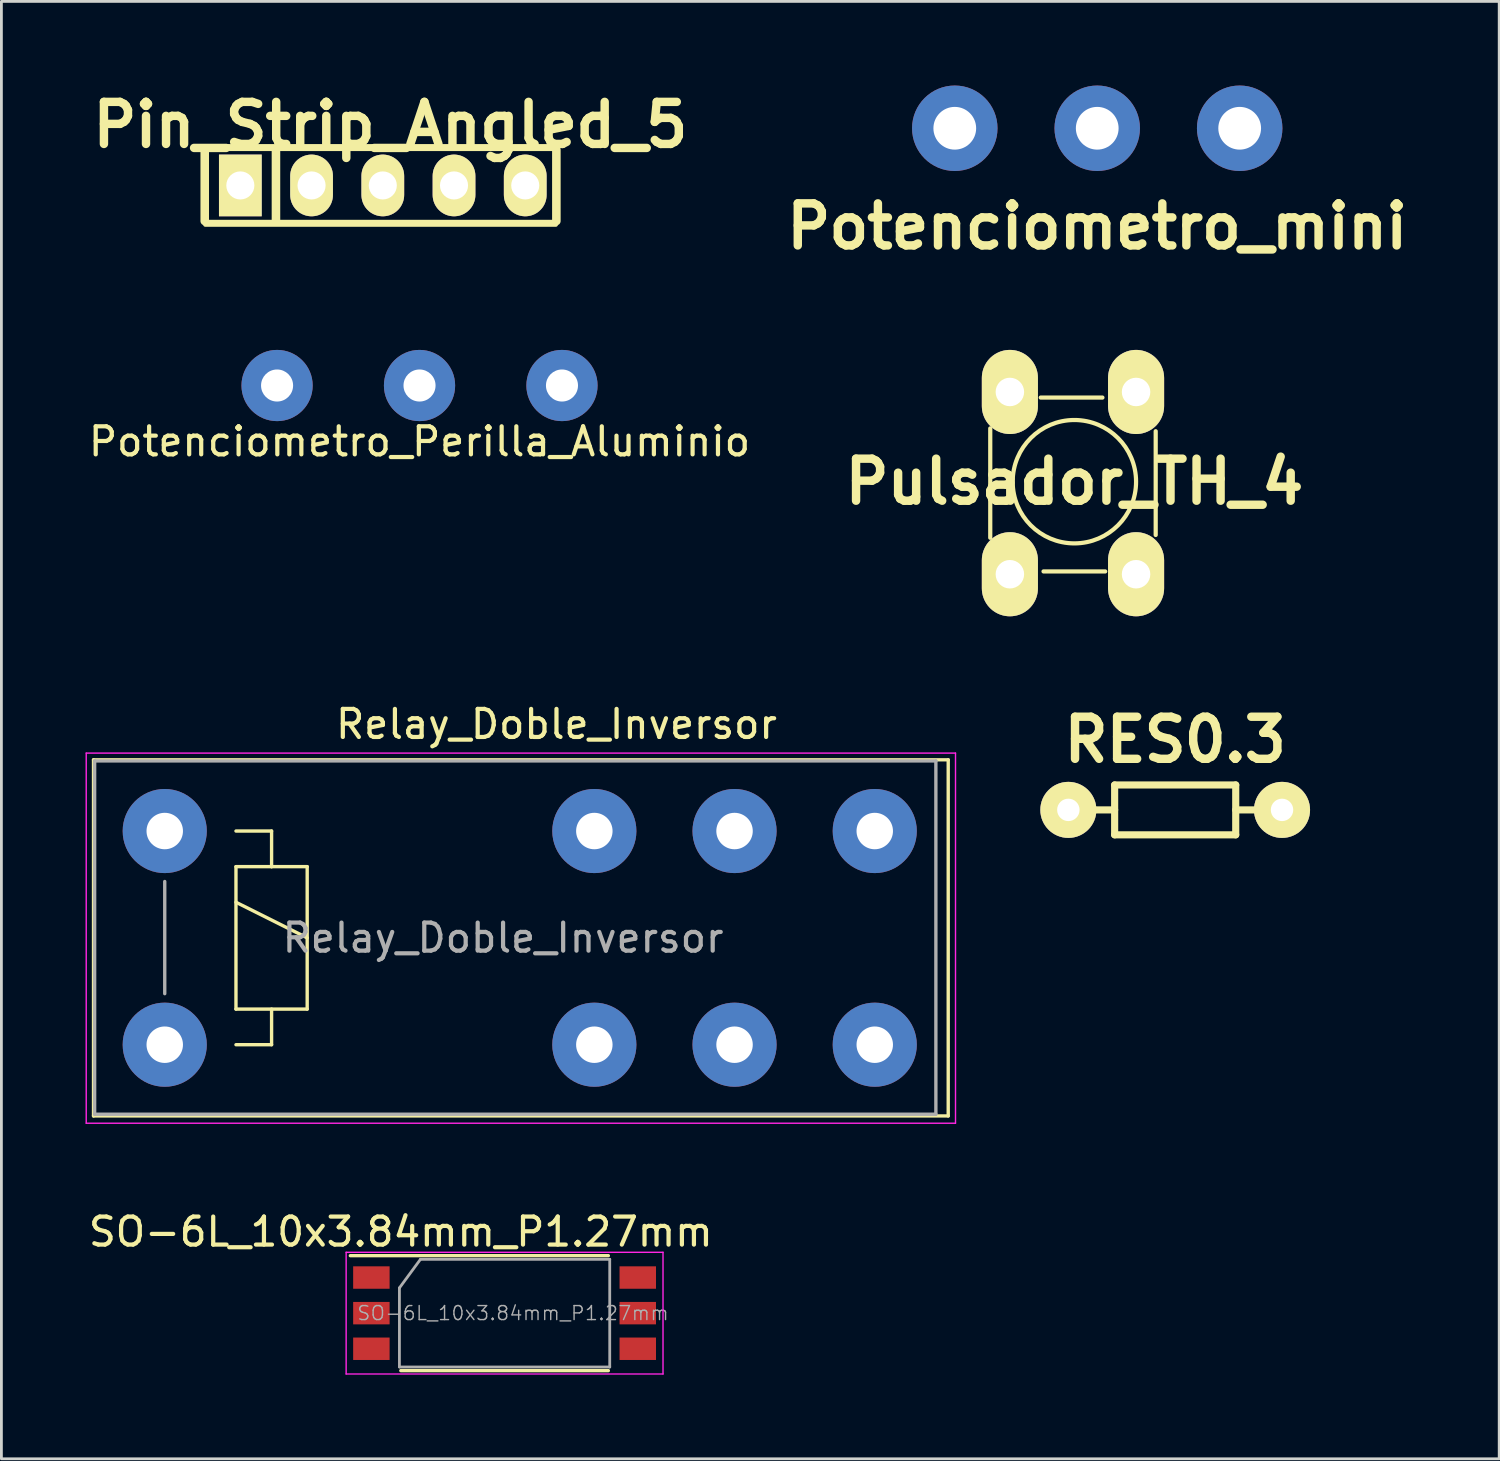
<source format=kicad_pcb>
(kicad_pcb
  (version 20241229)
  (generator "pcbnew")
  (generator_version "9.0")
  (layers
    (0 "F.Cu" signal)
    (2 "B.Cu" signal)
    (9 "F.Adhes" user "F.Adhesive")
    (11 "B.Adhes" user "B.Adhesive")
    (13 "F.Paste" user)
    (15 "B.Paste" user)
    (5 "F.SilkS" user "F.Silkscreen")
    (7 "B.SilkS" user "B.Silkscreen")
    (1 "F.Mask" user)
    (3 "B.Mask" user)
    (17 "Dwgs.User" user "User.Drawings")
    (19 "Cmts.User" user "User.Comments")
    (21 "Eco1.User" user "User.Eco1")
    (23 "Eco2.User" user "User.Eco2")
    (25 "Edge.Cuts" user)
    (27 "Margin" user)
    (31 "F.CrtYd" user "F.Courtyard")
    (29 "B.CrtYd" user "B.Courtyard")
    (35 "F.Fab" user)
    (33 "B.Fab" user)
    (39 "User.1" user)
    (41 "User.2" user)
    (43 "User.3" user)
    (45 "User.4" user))
  (footprint "Potenciometro_mini"
    (layer "F.Cu")
    (at 36.079 1.524)
    (property "Reference" "Potenciometro_mini" (at 0 3.5 0) (layer "F.SilkS") (effects (font (size 1.5 1.5) (thickness 0.3))))
    (attr through_hole)
    (pad "1" thru_hole circle (at -5.08 0) (size 3.048 3.048) (drill 1.524) (layers "*.Cu" "*.Mask"))
    (pad "2" thru_hole circle (at 0 0) (size 3.048 3.048) (drill 1.524) (layers "*.Cu" "*.Mask"))
    (pad "3" thru_hole circle (at 5.08 0) (size 3.048 3.048) (drill 1.524) (layers "*.Cu" "*.Mask")))
  (footprint "Relay_Doble_Inversor"
    (layer "F.Cu")
    (at 2.825 26.586)
    (property "Reference" "Relay_Doble_Inversor" (at 13.97 -3.81 0) (layer "F.SilkS") (effects (font (size 1 1) (thickness 0.15))))
    (attr through_hole)
    (fp_line (start -2.54 -2.54) (end 27.94 -2.54) (stroke (width 0.12) (type solid)) (layer "F.SilkS"))
    (fp_line (start -2.54 10.16) (end -2.54 -2.54) (stroke (width 0.12) (type solid)) (layer "F.SilkS"))
    (fp_line (start 2.54 0) (end 3.81 0) (stroke (width 0.12) (type solid)) (layer "F.SilkS"))
    (fp_line (start 2.54 1.27) (end 3.81 1.27) (stroke (width 0.12) (type solid)) (layer "F.SilkS"))
    (fp_line (start 2.54 2.54) (end 5.08 3.81) (stroke (width 0.12) (type solid)) (layer "F.SilkS"))
    (fp_line (start 2.54 6.35) (end 2.54 1.27) (stroke (width 0.12) (type solid)) (layer "F.SilkS"))
    (fp_line (start 3.81 0) (end 3.81 1.27) (stroke (width 0.12) (type solid)) (layer "F.SilkS"))
    (fp_line (start 3.81 1.27) (end 5.08 1.27) (stroke (width 0.12) (type solid)) (layer "F.SilkS"))
    (fp_line (start 3.81 6.35) (end 3.81 7.62) (stroke (width 0.12) (type solid)) (layer "F.SilkS"))
    (fp_line (start 3.81 7.62) (end 2.54 7.62) (stroke (width 0.12) (type solid)) (layer "F.SilkS"))
    (fp_line (start 5.08 1.27) (end 5.08 6.35) (stroke (width 0.12) (type solid)) (layer "F.SilkS"))
    (fp_line (start 5.08 6.35) (end 2.54 6.35) (stroke (width 0.12) (type solid)) (layer "F.SilkS"))
    (fp_line (start 27.94 -2.54) (end 27.94 10.16) (stroke (width 0.12) (type solid)) (layer "F.SilkS"))
    (fp_line (start 27.94 10.16) (end -2.54 10.16) (stroke (width 0.12) (type solid)) (layer "F.SilkS"))
    (fp_line (start -2.8 -2.78) (end 28.2 -2.78) (stroke (width 0.05) (type solid)) (layer "F.CrtYd"))
    (fp_line (start -2.8 10.42) (end -2.8 -2.78) (stroke (width 0.05) (type solid)) (layer "F.CrtYd"))
    (fp_line (start 28.2 -2.78) (end 28.2 10.42) (stroke (width 0.05) (type solid)) (layer "F.CrtYd"))
    (fp_line (start 28.2 10.42) (end -2.8 10.42) (stroke (width 0.05) (type solid)) (layer "F.CrtYd"))
    (fp_line (start -2.5 -2.5) (end 27.5 -2.5) (stroke (width 0.12) (type solid)) (layer "F.Fab"))
    (fp_line (start -2.5 10.1) (end -2.5 -2.5) (stroke (width 0.12) (type solid)) (layer "F.Fab"))
    (fp_line (start 0 1.8) (end 0 5.8) (stroke (width 0.12) (type solid)) (layer "F.Fab"))
    (fp_line (start 27.5 -2.5) (end 27.5 10.1) (stroke (width 0.12) (type solid)) (layer "F.Fab"))
    (fp_line (start 27.5 10.1) (end -2.5 10.1) (stroke (width 0.12) (type solid)) (layer "F.Fab"))
    (fp_text user "${REFERENCE}" (at 12.065 3.81 0) (layer "F.Fab") (effects (font (size 1 1) (thickness 0.15))))
    (pad "11" thru_hole circle (at 20.32 0) (size 3 3) (drill 1.3) (layers "*.Cu" "*.Mask"))
    (pad "12" thru_hole circle (at 15.32 0) (size 3 3) (drill 1.3) (layers "*.Cu" "*.Mask"))
    (pad "14" thru_hole circle (at 25.32 0) (size 3 3) (drill 1.3) (layers "*.Cu" "*.Mask"))
    (pad "21" thru_hole circle (at 20.32 7.62) (size 3 3) (drill 1.3) (layers "*.Cu" "*.Mask"))
    (pad "22" thru_hole circle (at 15.32 7.62) (size 3 3) (drill 1.3) (layers "*.Cu" "*.Mask"))
    (pad "24" thru_hole circle (at 25.32 7.62) (size 3 3) (drill 1.3) (layers "*.Cu" "*.Mask"))
    (pad "A1" thru_hole circle (at 0 0) (size 3 3) (drill 1.3) (layers "*.Cu" "*.Mask"))
    (pad "A2" thru_hole circle (at 0 7.62) (size 3 3) (drill 1.3) (layers "*.Cu" "*.Mask")))
  (footprint "Pulsador_TH_4"
    (layer "F.Cu")
    (at 35.214 14.178)
    (property "Reference" "Pulsador_TH_4" (at 0.05 -0.05 0) (layer "F.SilkS") (effects (font (size 1.5 1.5) (thickness 0.3))))
    (attr through_hole)
    (fp_line (start -2.95 -1.95) (end -2.95 1.95) (stroke (width 0.15) (type solid)) (layer "F.SilkS"))
    (fp_line (start -1.15 -3.05) (end 1.05 -3.05) (stroke (width 0.15) (type solid)) (layer "F.SilkS"))
    (fp_line (start -1.05 3.15) (end 1.15 3.15) (stroke (width 0.15) (type solid)) (layer "F.SilkS"))
    (fp_line (start 2.95 -1.85) (end 2.95 1.85) (stroke (width 0.15) (type solid)) (layer "F.SilkS"))
    (fp_circle (center 0.05 -0.05) (end 0.05 2.15) (stroke (width 0.15) (type solid)) (fill no) (layer "F.SilkS"))
    (pad "1" thru_hole oval (at 2.25 -3.25) (size 2 3) (drill 1.016) (layers "*.Cu" "*.Mask" "F.SilkS"))
    (pad "2" thru_hole oval (at 2.25 3.25) (size 2 3) (drill 1.016) (layers "*.Cu" "*.Mask" "F.SilkS"))
    (pad "3" thru_hole oval (at -2.25 -3.25) (size 2 3) (drill 1.016) (layers "*.Cu" "*.Mask" "F.SilkS"))
    (pad "4" thru_hole oval (at -2.25 3.25) (size 2 3) (drill 1.016) (layers "*.Cu" "*.Mask" "F.SilkS")))
  (footprint "RES0.3"
    (layer "F.Cu")
    (at 38.859 25.832)
    (property "Reference" "RES0.3" (at 0 -2.5 0) (layer "F.SilkS") (effects (font (size 1.5 1.5) (thickness 0.3))))
    (attr through_hole)
    (fp_line (start -2.159 -0.889) (end -2.159 0.889) (stroke (width 0.254) (type solid)) (layer "F.SilkS"))
    (fp_line (start -2.159 0) (end -3.81 0) (stroke (width 0.254) (type solid)) (layer "F.SilkS"))
    (fp_line (start -2.159 0.889) (end 2.159 0.889) (stroke (width 0.254) (type solid)) (layer "F.SilkS"))
    (fp_line (start 2.159 -0.889) (end -2.159 -0.889) (stroke (width 0.254) (type solid)) (layer "F.SilkS"))
    (fp_line (start 2.159 0) (end 3.81 0) (stroke (width 0.254) (type solid)) (layer "F.SilkS"))
    (fp_line (start 2.159 0.889) (end 2.159 -0.889) (stroke (width 0.254) (type solid)) (layer "F.SilkS"))
    (pad "1" thru_hole circle (at -3.81 0) (size 1.999 1.999) (drill 0.8) (layers "*.Cu" "*.Mask" "F.SilkS"))
    (pad "2" thru_hole circle (at 3.81 0) (size 1.999 1.999) (drill 0.8) (layers "*.Cu" "*.Mask" "F.SilkS")))
  (footprint "Pin_Strip_Angled_5"
    (layer "F.Cu")
    (at 10.601 3.563)
    (property "Reference" "Pin_Strip_Angled_5" (at 0.27 -2.159 0) (layer "F.SilkS") (effects (font (size 1.5 1.5) (thickness 0.3))))
    (attr through_hole)
    (fp_line (start -6.35 1.27) (end -6.35 -1.27) (stroke (width 0.305) (type solid)) (layer "F.SilkS"))
    (fp_line (start -6.33 -1.4) (end 6.17 -1.4) (stroke (width 0.15) (type solid)) (layer "F.SilkS"))
    (fp_line (start -3.81 -1.27) (end -3.81 1.27) (stroke (width 0.305) (type solid)) (layer "F.SilkS"))
    (fp_line (start 6.17 -1.3) (end -6.23 -1.3) (stroke (width 0.15) (type solid)) (layer "F.SilkS"))
    (fp_line (start 6.17 1.3) (end -6.33 1.3) (stroke (width 0.15) (type solid)) (layer "F.SilkS"))
    (fp_line (start 6.17 1.4) (end -6.33 1.4) (stroke (width 0.15) (type solid)) (layer "F.SilkS"))
    (fp_line (start 6.19 -1.27) (end 6.19 1.27) (stroke (width 0.305) (type solid)) (layer "F.SilkS"))
    (pad "1" thru_hole rect (at -5.08 0) (size 1.524 2.2) (drill 1.001) (layers "*.Cu" "*.Mask" "F.SilkS"))
    (pad "2" thru_hole oval (at -2.54 0) (size 1.524 2.2) (drill 1.001) (layers "*.Cu" "*.Mask" "F.SilkS"))
    (pad "3" thru_hole oval (at 0 0) (size 1.524 2.2) (drill 1.001) (layers "*.Cu" "*.Mask" "F.SilkS"))
    (pad "4" thru_hole oval (at 2.54 0) (size 1.524 2.2) (drill 1.001) (layers "*.Cu" "*.Mask" "F.SilkS"))
    (pad "5" thru_hole oval (at 5.08 0) (size 1.524 2.2) (drill 1.001) (layers "*.Cu" "*.Mask" "F.SilkS")))
  (footprint "SO-6L_10x3.84mm_P1.27mm"
    (layer "F.Cu")
    (at 14.944 43.779)
    (property "Reference" "SO-6L_10x3.84mm_P1.27mm" (at -3.7 -2.9 0) (layer "F.SilkS") (effects (font (size 1 1) (thickness 0.15))))
    (attr smd)
    (fp_line (start -5.5 -2.05) (end 3.7 -2.05) (stroke (width 0.12) (type solid)) (layer "F.SilkS"))
    (fp_line (start -3.7 2.05) (end 3.7 2.05) (stroke (width 0.12) (type solid)) (layer "F.SilkS"))
    (fp_line (start -5.65 -2.17) (end -5.65 2.17) (stroke (width 0.05) (type solid)) (layer "F.CrtYd"))
    (fp_line (start -5.65 2.17) (end 5.65 2.17) (stroke (width 0.05) (type solid)) (layer "F.CrtYd"))
    (fp_line (start 5.65 -2.17) (end -5.65 -2.17) (stroke (width 0.05) (type solid)) (layer "F.CrtYd"))
    (fp_line (start 5.65 2.17) (end 5.65 -2.17) (stroke (width 0.05) (type solid)) (layer "F.CrtYd"))
    (fp_line (start -3.75 -0.9) (end -3 -1.92) (stroke (width 0.1) (type solid)) (layer "F.Fab"))
    (fp_line (start -3.75 1.92) (end -3.75 -0.9) (stroke (width 0.1) (type solid)) (layer "F.Fab"))
    (fp_line (start -3.75 1.92) (end 3.75 1.92) (stroke (width 0.1) (type solid)) (layer "F.Fab"))
    (fp_line (start -3 -1.92) (end 3.75 -1.92) (stroke (width 0.1) (type solid)) (layer "F.Fab"))
    (fp_line (start 3.75 1.92) (end 3.75 -1.92) (stroke (width 0.1) (type solid)) (layer "F.Fab"))
    (fp_text user "${REFERENCE}" (at 0.3 0 180) (layer "F.Fab") (effects (font (size 0.5 0.5) (thickness 0.05))))
    (pad "1" smd rect (at -4.75 -1.27 90) (size 0.8 1.3) (layers "F.Cu" "F.Mask" "F.Paste"))
    (pad "2" smd rect (at -4.75 0 90) (size 0.8 1.3) (layers "F.Cu" "F.Mask" "F.Paste"))
    (pad "3" smd rect (at -4.75 1.27 90) (size 0.8 1.3) (layers "F.Cu" "F.Mask" "F.Paste"))
    (pad "4" smd rect (at 4.75 1.27 90) (size 0.8 1.3) (layers "F.Cu" "F.Mask" "F.Paste"))
    (pad "5" smd rect (at 4.75 0 90) (size 0.8 1.3) (layers "F.Cu" "F.Mask" "F.Paste"))
    (pad "6" smd rect (at 4.75 -1.27 90) (size 0.8 1.3) (layers "F.Cu" "F.Mask" "F.Paste")))
  (footprint "Potenciometro_Perilla_Aluminio"
    (layer "F.Cu")
    (at 11.911 10.698)
    (property "Reference" "Potenciometro_Perilla_Aluminio" (at 0 2 0) (layer "F.SilkS") (effects (font (size 1 1) (thickness 0.15))))
    (attr through_hole)
    (pad "1" thru_hole circle (at -5.08 0) (size 2.54 2.54) (drill 1.143) (layers "*.Cu" "*.Mask"))
    (pad "2" thru_hole circle (at 0 0) (size 2.54 2.54) (drill 1.143) (layers "*.Cu" "*.Mask"))
    (pad "3" thru_hole circle (at 5.08 0) (size 2.54 2.54) (drill 1.143) (layers "*.Cu" "*.Mask")))
  (gr_rect
    (start -3 -3)
    (end 50.414 48.974)
    (stroke (width 0.1) (type default))
    (fill no)
    (layer "Edge.Cuts")))
</source>
